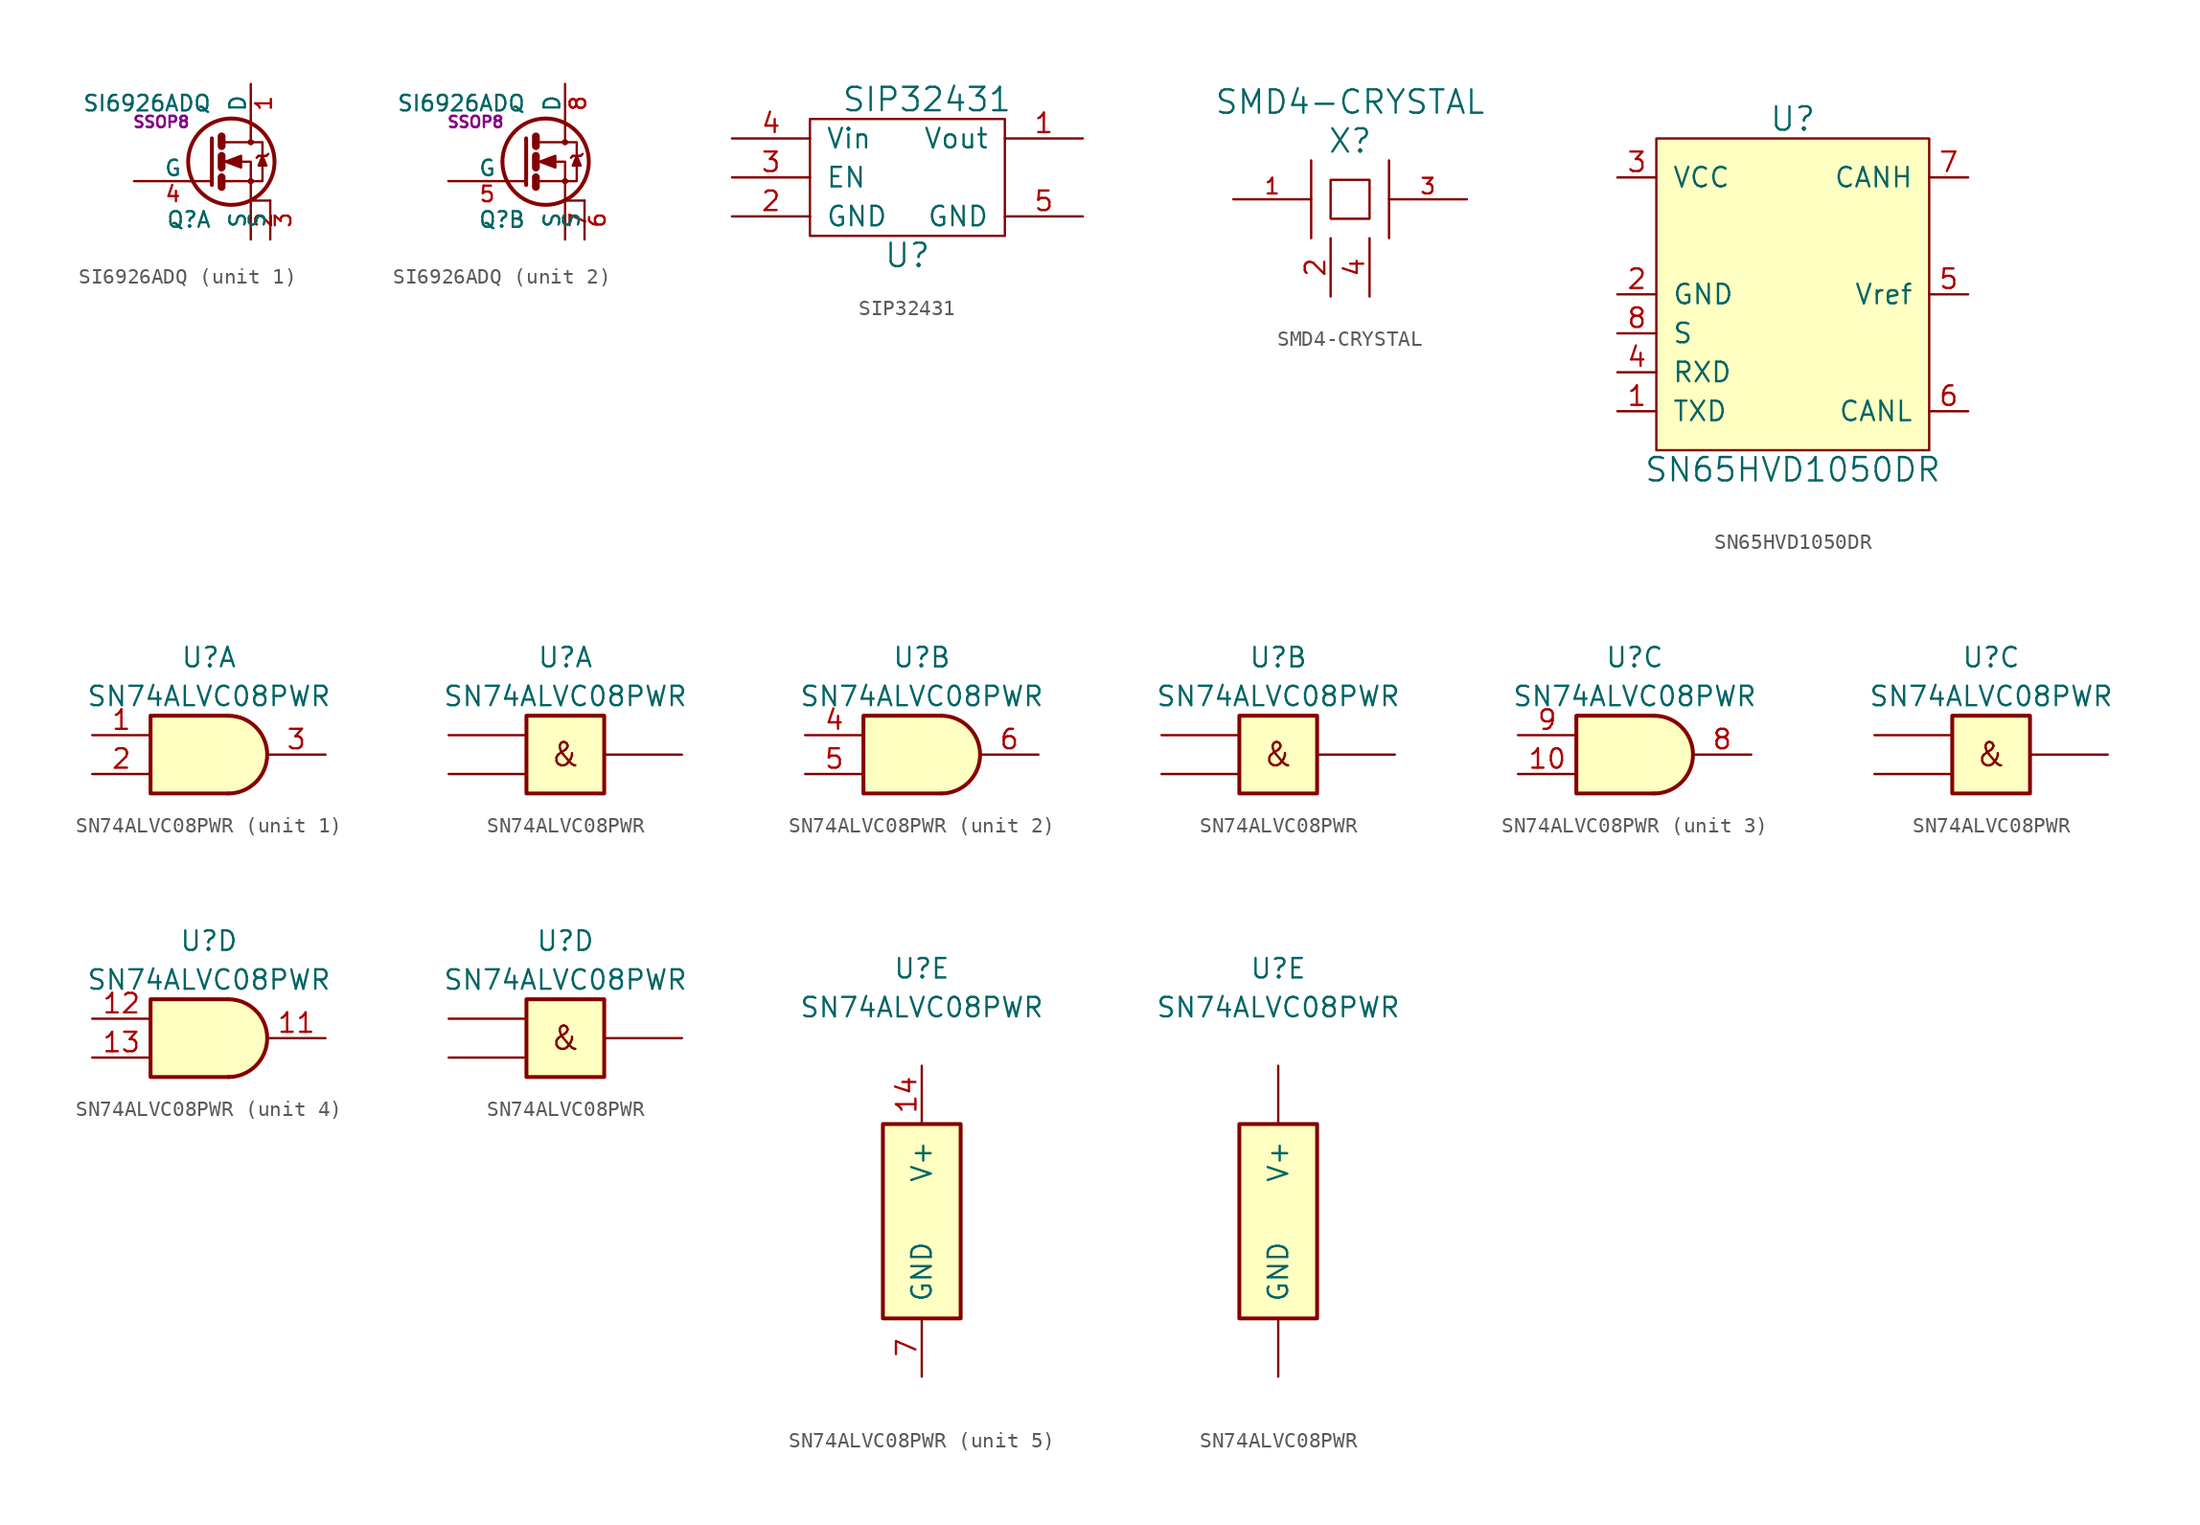
<source format=kicad_sym>
(kicad_symbol_lib
  (version 20211014)
  (generator kicad_symbol_editor)
  (symbol "SI6926ADQ"
    (pin_names
      (offset 0))
    (property "Reference" "Q"
      (at 0 -3.785 0)
      (effects (font (size 1.016 1.016)) (justify right)))
    (property "Value" "SI6926ADQ"
      (at 0 3.81 0)
      (effects (font (size 1.016 1.016)) (justify right)))
    (property "Footprint" "SSOP8"
      (at -3.302 2.591 0)
      (effects (font (size 0.737 0.737))))
    (property "Datasheet" ""
      (at 0 -3.785 0)
      (effects (font (size 1.524 1.524))))
    (symbol "SI6926ADQ_0_1"
      (polyline (pts (xy 0.635 -1.016) (xy 0.635 -1.651)) (stroke (width 0.508) (type default) (color 0 0 0 0)) (fill (type none)))
      (polyline (pts (xy 0.635 0.381) (xy 0.635 -0.381)) (stroke (width 0.508) (type default) (color 0 0 0 0)) (fill (type none)))
      (polyline (pts (xy 0.635 1.651) (xy 0.635 1.016)) (stroke (width 0.508) (type default) (color 0 0 0 0)) (fill (type none)))
      (polyline (pts (xy 3.048 0.381) (xy 2.921 0.254)) (stroke (width 0) (type default) (color 0 0 0 0)) (fill (type none)))
      (polyline (pts (xy 3.048 0.381) (xy 3.556 0.381)) (stroke (width 0) (type default) (color 0 0 0 0)) (fill (type none)))
      (polyline (pts (xy 3.556 0.381) (xy 3.683 0.508)) (stroke (width 0) (type default) (color 0 0 0 0)) (fill (type none)))
      (polyline (pts (xy 3.81 -2.54) (xy 2.54 -2.54)) (stroke (width 0) (type default) (color 0 0 0 0)) (fill (type none)))
      (polyline (pts (xy 0 1.524) (xy 0 -1.524) (xy 0 -1.524)) (stroke (width 0.254) (type default) (color 0 0 0 0)) (fill (type none)))
      (polyline (pts (xy 0.762 -1.27) (xy 2.54 -1.27) (xy 2.54 -2.54) (xy 2.54 -2.54)) (stroke (width 0) (type default) (color 0 0 0 0)) (fill (type none)))
      (polyline (pts (xy 0.762 1.27) (xy 2.54 1.27) (xy 2.54 2.54) (xy 2.54 2.54)) (stroke (width 0) (type default) (color 0 0 0 0)) (fill (type none)))
      (polyline (pts (xy 2.54 1.27) (xy 3.302 1.27) (xy 3.302 -1.27) (xy 2.54 -1.27)) (stroke (width 0) (type default) (color 0 0 0 0)) (fill (type none)))
      (polyline (pts (xy 3.302 0.381) (xy 3.048 -0.254) (xy 3.556 -0.254) (xy 3.302 0.381)) (stroke (width 0) (type default) (color 0 0 0 0)) (fill (type outline)))
      (polyline (pts (xy 0.762 0) (xy 1.27 0) (xy 2.54 0) (xy 2.54 -1.27) (xy 2.54 -1.27)) (stroke (width 0) (type default) (color 0 0 0 0)) (fill (type none)))
      (polyline (pts (xy 0.889 0) (xy 1.905 0.381) (xy 1.905 -0.381) (xy 0.889 0) (xy 1.016 0) (xy 1.016 0)) (stroke (width 0) (type default) (color 0 0 0 0)) (fill (type outline)))
      (circle (center 1.27 0) (radius 2.819) (stroke (width 0.254) (type default) (color 0 0 0 0)) (fill (type none)))
      (circle (center 2.54 -1.27) (radius 0.127) (stroke (width 0) (type default) (color 0 0 0 0)) (fill (type none)))
      (circle (center 2.54 1.27) (radius 0.127) (stroke (width 0) (type default) (color 0 0 0 0)) (fill (type none))))
    (symbol "SI6926ADQ_1_1"
      (pin passive line (at 2.54 5.08 270) (length 2.54) (name "D" (effects (font (size 1.016 1.016)))) (number "1" (effects (font (size 1.016 1.016)))))
      (pin passive line (at 2.54 -5.08 90) (length 2.54) (name "S" (effects (font (size 1.016 1.016)))) (number "2" (effects (font (size 1.016 1.016)))))
      (pin passive line (at 3.81 -5.08 90) (length 2.54) (name "S" (effects (font (size 1.016 1.016)))) (number "3" (effects (font (size 1.016 1.016)))))
      (pin passive line (at -5.08 -1.27 0) (length 5.08) (name "G" (effects (font (size 1.016 1.016)))) (number "4" (effects (font (size 1.016 1.016))))))
    (symbol "SI6926ADQ_2_1"
      (pin passive line (at -5.08 -1.27 0) (length 5.08) (name "G" (effects (font (size 1.016 1.016)))) (number "5" (effects (font (size 1.016 1.016)))))
      (pin passive line (at 3.81 -5.08 90) (length 2.54) (name "S" (effects (font (size 1.016 1.016)))) (number "6" (effects (font (size 1.016 1.016)))))
      (pin passive line (at 2.54 -5.08 90) (length 2.54) (name "S" (effects (font (size 1.016 1.016)))) (number "7" (effects (font (size 1.016 1.016)))))
      (pin passive line (at 2.54 5.08 270) (length 2.54) (name "D" (effects (font (size 1.016 1.016)))) (number "8" (effects (font (size 1.016 1.016)))))))
  (symbol "SIP32431"
    (pin_names
      (offset 1.016))
    (property "Reference" "U"
      (at 0 -5.08 0)
      (effects (font (size 1.524 1.524))))
    (property "Value" "SIP32431"
      (at 1.27 5.08 0)
      (effects (font (size 1.524 1.524))))
    (property "Datasheet" ""
      (at 0 0 0)
      (effects (font (size 1.524 1.524))))
    (symbol "SIP32431_0_1"
      (rectangle (start -6.35 3.81) (end 6.35 -3.81) (stroke (width 0) (type default) (color 0 0 0 0)) (fill (type none))))
    (symbol "SIP32431_1_1"
      (pin input line (at 11.43 2.54 180) (length 5.08) (name "Vout" (effects (font (size 1.27 1.27)))) (number "1" (effects (font (size 1.27 1.27)))))
      (pin input line (at -11.43 -2.54 0) (length 5.08) (name "GND" (effects (font (size 1.27 1.27)))) (number "2" (effects (font (size 1.27 1.27)))))
      (pin input line (at -11.43 0 0) (length 5.08) (name "EN" (effects (font (size 1.27 1.27)))) (number "3" (effects (font (size 1.27 1.27)))))
      (pin input line (at -11.43 2.54 0) (length 5.08) (name "Vin" (effects (font (size 1.27 1.27)))) (number "4" (effects (font (size 1.27 1.27)))))
      (pin input line (at 11.43 -2.54 180) (length 5.08) (name "GND" (effects (font (size 1.27 1.27)))) (number "5" (effects (font (size 1.27 1.27)))))
      (pin no_connect line (at 11.43 0 180) (length 5.08) hide (name "N/C" (effects (font (size 1.27 1.27)))) (number "6" (effects (font (size 1.27 1.27)))))))
  (symbol "SMD4-CRYSTAL"
    (pin_names
      (offset 1.016) hide)
    (property "Reference" "X"
      (at 0 3.81 0)
      (effects (font (size 1.524 1.524))))
    (property "Value" "SMD4-CRYSTAL"
      (at 0 6.35 0)
      (effects (font (size 1.524 1.524))))
    (property "Footprint" ""
      (at 0 0 0)
      (effects (font (size 1.524 1.524))))
    (property "Datasheet" ""
      (at 0 0 0)
      (effects (font (size 1.524 1.524))))
    (symbol "SMD4-CRYSTAL_0_1"
      (polyline (pts (xy -2.54 2.54) (xy -2.54 -2.54)) (stroke (width 0) (type default) (color 0 0 0 0)) (fill (type none)))
      (polyline (pts (xy 2.54 2.54) (xy 2.54 -2.54)) (stroke (width 0) (type default) (color 0 0 0 0)) (fill (type none)))
      (polyline (pts (xy -1.27 1.27) (xy 1.27 1.27) (xy 1.27 -1.27) (xy -1.27 -1.27) (xy -1.27 1.27)) (stroke (width 0) (type default) (color 0 0 0 0)) (fill (type none))))
    (symbol "SMD4-CRYSTAL_1_1"
      (pin passive line (at -7.62 0 0) (length 5.08) (name "1" (effects (font (size 1.016 1.016)))) (number "1" (effects (font (size 1.016 1.016)))))
      (pin input line (at -1.27 -6.35 90) (length 3.81) (name "~" (effects (font (size 1.27 1.27)))) (number "2" (effects (font (size 1.27 1.27)))))
      (pin passive line (at 7.62 0 180) (length 5.08) (name "3" (effects (font (size 1.016 1.016)))) (number "3" (effects (font (size 1.016 1.016)))))
      (pin input line (at 1.27 -6.35 90) (length 3.81) (name "~" (effects (font (size 1.27 1.27)))) (number "4" (effects (font (size 1.27 1.27)))))))
  (symbol "SN65HVD1050DR"
    (pin_names
      (offset 1.016))
    (property "Reference" "U"
      (at 0 11.43 0)
      (effects (font (size 1.524 1.524))))
    (property "Value" "SN65HVD1050DR"
      (at 0 -11.43 0)
      (effects (font (size 1.524 1.524))))
    (symbol "SN65HVD1050DR_0_1"
      (rectangle (start -8.89 10.16) (end 8.89 -10.16) (stroke (width 0) (type default) (color 0 0 0 0)) (fill (type background))))
    (symbol "SN65HVD1050DR_1_1"
      (pin input line (at -11.43 -7.62 0) (length 2.54) (name "TXD" (effects (font (size 1.27 1.27)))) (number "1" (effects (font (size 1.27 1.27)))))
      (pin input line (at -11.43 0 0) (length 2.54) (name "GND" (effects (font (size 1.27 1.27)))) (number "2" (effects (font (size 1.27 1.27)))))
      (pin input line (at -11.43 7.62 0) (length 2.54) (name "VCC" (effects (font (size 1.27 1.27)))) (number "3" (effects (font (size 1.27 1.27)))))
      (pin output line (at -11.43 -5.08 0) (length 2.54) (name "RXD" (effects (font (size 1.27 1.27)))) (number "4" (effects (font (size 1.27 1.27)))))
      (pin input line (at 11.43 0 180) (length 2.54) (name "Vref" (effects (font (size 1.27 1.27)))) (number "5" (effects (font (size 1.27 1.27)))))
      (pin input line (at 11.43 -7.62 180) (length 2.54) (name "CANL" (effects (font (size 1.27 1.27)))) (number "6" (effects (font (size 1.27 1.27)))))
      (pin input line (at 11.43 7.62 180) (length 2.54) (name "CANH" (effects (font (size 1.27 1.27)))) (number "7" (effects (font (size 1.27 1.27)))))
      (pin input line (at -11.43 -2.54 0) (length 2.54) (name "S" (effects (font (size 1.27 1.27)))) (number "8" (effects (font (size 1.27 1.27)))))))
  (symbol "SN74ALVC08PWR"
    (pin_names
      (offset 1.016))
    (property "Reference" "U"
      (at 0 6.35 0)
      (effects (font (size 1.27 1.27))))
    (property "Value" "SN74ALVC08PWR"
      (at 0 3.81 0)
      (effects (font (size 1.27 1.27))))
    (property "ki_locked" ""
      (at 0 0 0)
      (effects (font (size 1.27 1.27))))
    (symbol "SN74ALVC08PWR_1_1"
      (polyline (pts (xy 1.27 2.54) (xy -3.81 2.54) (xy -3.81 -2.54) (xy 1.27 -2.54)) (stroke (width 0.254) (type default) (color 0 0 0 0)) (fill (type background)))
      (arc (start 1.27 -2.54) (mid 3.81 0) (end 1.27 2.54) (stroke (width 0.254) (type default) (color 0 0 0 0)) (fill (type background)))
      (pin input line (at -7.62 1.27 0) (length 3.81) (name "D1A" (effects (font (size 0 0)))) (number "1" (effects (font (size 1.27 1.27)))))
      (pin input line (at -7.62 -1.27 0) (length 3.81) (name "D2A" (effects (font (size 0 0)))) (number "2" (effects (font (size 1.27 1.27)))))
      (pin output line (at 7.62 0 180) (length 3.81) (name "QA" (effects (font (size 0 0)))) (number "3" (effects (font (size 1.27 1.27))))))
    (symbol "SN74ALVC08PWR_1_2"
      (rectangle (start -2.54 2.54) (end 2.54 -2.54) (stroke (width 0.254) (type default) (color 0 0 0 0)) (fill (type background)))
      (text "&" (at 0 0 0) (effects (font (size 1.524 1.524))))
      (pin input line (at -7.62 1.27 0) (length 5.08) (name "D1A" (effects (font (size 0 0)))) (number "~" (effects (font (size 1.27 1.27)))))
      (pin power_in line (at -7.62 -1.27 0) (length 5.08) (name "D2A" (effects (font (size 0 0)))) (number "~" (effects (font (size 1.27 1.27)))))
      (pin output line (at 7.62 0 180) (length 5.08) (name "QA" (effects (font (size 0 0)))) (number "~" (effects (font (size 1.27 1.27))))))
    (symbol "SN74ALVC08PWR_2_1"
      (polyline (pts (xy 1.27 2.54) (xy -3.81 2.54) (xy -3.81 -2.54) (xy 1.27 -2.54)) (stroke (width 0.254) (type default) (color 0 0 0 0)) (fill (type background)))
      (arc (start 1.27 -2.54) (mid 3.81 0) (end 1.27 2.54) (stroke (width 0.254) (type default) (color 0 0 0 0)) (fill (type background)))
      (pin input line (at -7.62 1.27 0) (length 3.81) (name "D1B" (effects (font (size 0 0)))) (number "4" (effects (font (size 1.27 1.27)))))
      (pin input line (at -7.62 -1.27 0) (length 3.81) (name "D2B" (effects (font (size 0 0)))) (number "5" (effects (font (size 1.27 1.27)))))
      (pin output line (at 7.62 0 180) (length 3.81) (name "QB" (effects (font (size 0 0)))) (number "6" (effects (font (size 1.27 1.27))))))
    (symbol "SN74ALVC08PWR_2_2"
      (rectangle (start -2.54 2.54) (end 2.54 -2.54) (stroke (width 0.254) (type default) (color 0 0 0 0)) (fill (type background)))
      (text "&" (at 0 0 0) (effects (font (size 1.524 1.524))))
      (pin input line (at -7.62 1.27 0) (length 5.08) (name "D1B" (effects (font (size 0 0)))) (number "~" (effects (font (size 1.27 1.27)))))
      (pin power_in line (at -7.62 -1.27 0) (length 5.08) (name "D2B" (effects (font (size 0 0)))) (number "~" (effects (font (size 1.27 1.27)))))
      (pin output line (at 7.62 0 180) (length 5.08) (name "QB" (effects (font (size 0 0)))) (number "~" (effects (font (size 1.27 1.27))))))
    (symbol "SN74ALVC08PWR_3_1"
      (polyline (pts (xy 1.27 2.54) (xy -3.81 2.54) (xy -3.81 -2.54) (xy 1.27 -2.54)) (stroke (width 0.254) (type default) (color 0 0 0 0)) (fill (type background)))
      (arc (start 1.27 -2.54) (mid 3.81 0) (end 1.27 2.54) (stroke (width 0.254) (type default) (color 0 0 0 0)) (fill (type background)))
      (pin input line (at -7.62 -1.27 0) (length 3.81) (name "D2C" (effects (font (size 0 0)))) (number "10" (effects (font (size 1.27 1.27)))))
      (pin output line (at 7.62 0 180) (length 3.81) (name "QC" (effects (font (size 0 0)))) (number "8" (effects (font (size 1.27 1.27)))))
      (pin input line (at -7.62 1.27 0) (length 3.81) (name "D1C" (effects (font (size 0 0)))) (number "9" (effects (font (size 1.27 1.27))))))
    (symbol "SN74ALVC08PWR_3_2"
      (rectangle (start -2.54 2.54) (end 2.54 -2.54) (stroke (width 0.254) (type default) (color 0 0 0 0)) (fill (type background)))
      (text "&" (at 0 0 0) (effects (font (size 1.524 1.524))))
      (pin input line (at -7.62 1.27 0) (length 5.08) (name "D1C" (effects (font (size 0 0)))) (number "~" (effects (font (size 1.27 1.27)))))
      (pin power_in line (at -7.62 -1.27 0) (length 5.08) (name "D2C" (effects (font (size 0 0)))) (number "~" (effects (font (size 1.27 1.27)))))
      (pin output line (at 7.62 0 180) (length 5.08) (name "QC" (effects (font (size 0 0)))) (number "~" (effects (font (size 1.27 1.27))))))
    (symbol "SN74ALVC08PWR_4_1"
      (polyline (pts (xy 1.27 2.54) (xy -3.81 2.54) (xy -3.81 -2.54) (xy 1.27 -2.54)) (stroke (width 0.254) (type default) (color 0 0 0 0)) (fill (type background)))
      (arc (start 1.27 -2.54) (mid 3.81 0) (end 1.27 2.54) (stroke (width 0.254) (type default) (color 0 0 0 0)) (fill (type background)))
      (pin output line (at 7.62 0 180) (length 3.81) (name "QD" (effects (font (size 0 0)))) (number "11" (effects (font (size 1.27 1.27)))))
      (pin input line (at -7.62 1.27 0) (length 3.81) (name "D1D" (effects (font (size 0 0)))) (number "12" (effects (font (size 1.27 1.27)))))
      (pin input line (at -7.62 -1.27 0) (length 3.81) (name "D2D" (effects (font (size 0 0)))) (number "13" (effects (font (size 1.27 1.27))))))
    (symbol "SN74ALVC08PWR_4_2"
      (rectangle (start -2.54 2.54) (end 2.54 -2.54) (stroke (width 0.254) (type default) (color 0 0 0 0)) (fill (type background)))
      (text "&" (at 0 0 0) (effects (font (size 1.524 1.524))))
      (pin input line (at -7.62 1.27 0) (length 5.08) (name "D1D" (effects (font (size 0 0)))) (number "~" (effects (font (size 1.27 1.27)))))
      (pin power_in line (at -7.62 -1.27 0) (length 5.08) (name "D2D" (effects (font (size 0 0)))) (number "~" (effects (font (size 1.27 1.27)))))
      (pin output line (at 7.62 0 180) (length 5.08) (name "QD" (effects (font (size 0 0)))) (number "~" (effects (font (size 1.27 1.27))))))
    (symbol "SN74ALVC08PWR_5_1"
      (rectangle (start 2.54 -16.51) (end -2.54 -3.81) (stroke (width 0.254) (type default) (color 0 0 0 0)) (fill (type background)))
      (pin power_in line (at 0 0 270) (length 3.81) (name "V+" (effects (font (size 1.27 1.27)))) (number "14" (effects (font (size 1.27 1.27)))))
      (pin power_in line (at 0 -20.32 90) (length 3.81) (name "GND" (effects (font (size 1.27 1.27)))) (number "7" (effects (font (size 1.27 1.27))))))
    (symbol "SN74ALVC08PWR_5_2"
      (rectangle (start -2.54 -3.81) (end 2.54 -16.51) (stroke (width 0.254) (type default) (color 0 0 0 0)) (fill (type background)))
      (pin power_in line (at 0 -20.32 90) (length 3.81) (name "GND" (effects (font (size 1.27 1.27)))) (number "~" (effects (font (size 1.27 1.27)))))
      (pin power_in line (at 0 0 270) (length 3.81) (name "V+" (effects (font (size 1.27 1.27)))) (number "~" (effects (font (size 1.27 1.27))))))))
</source>
